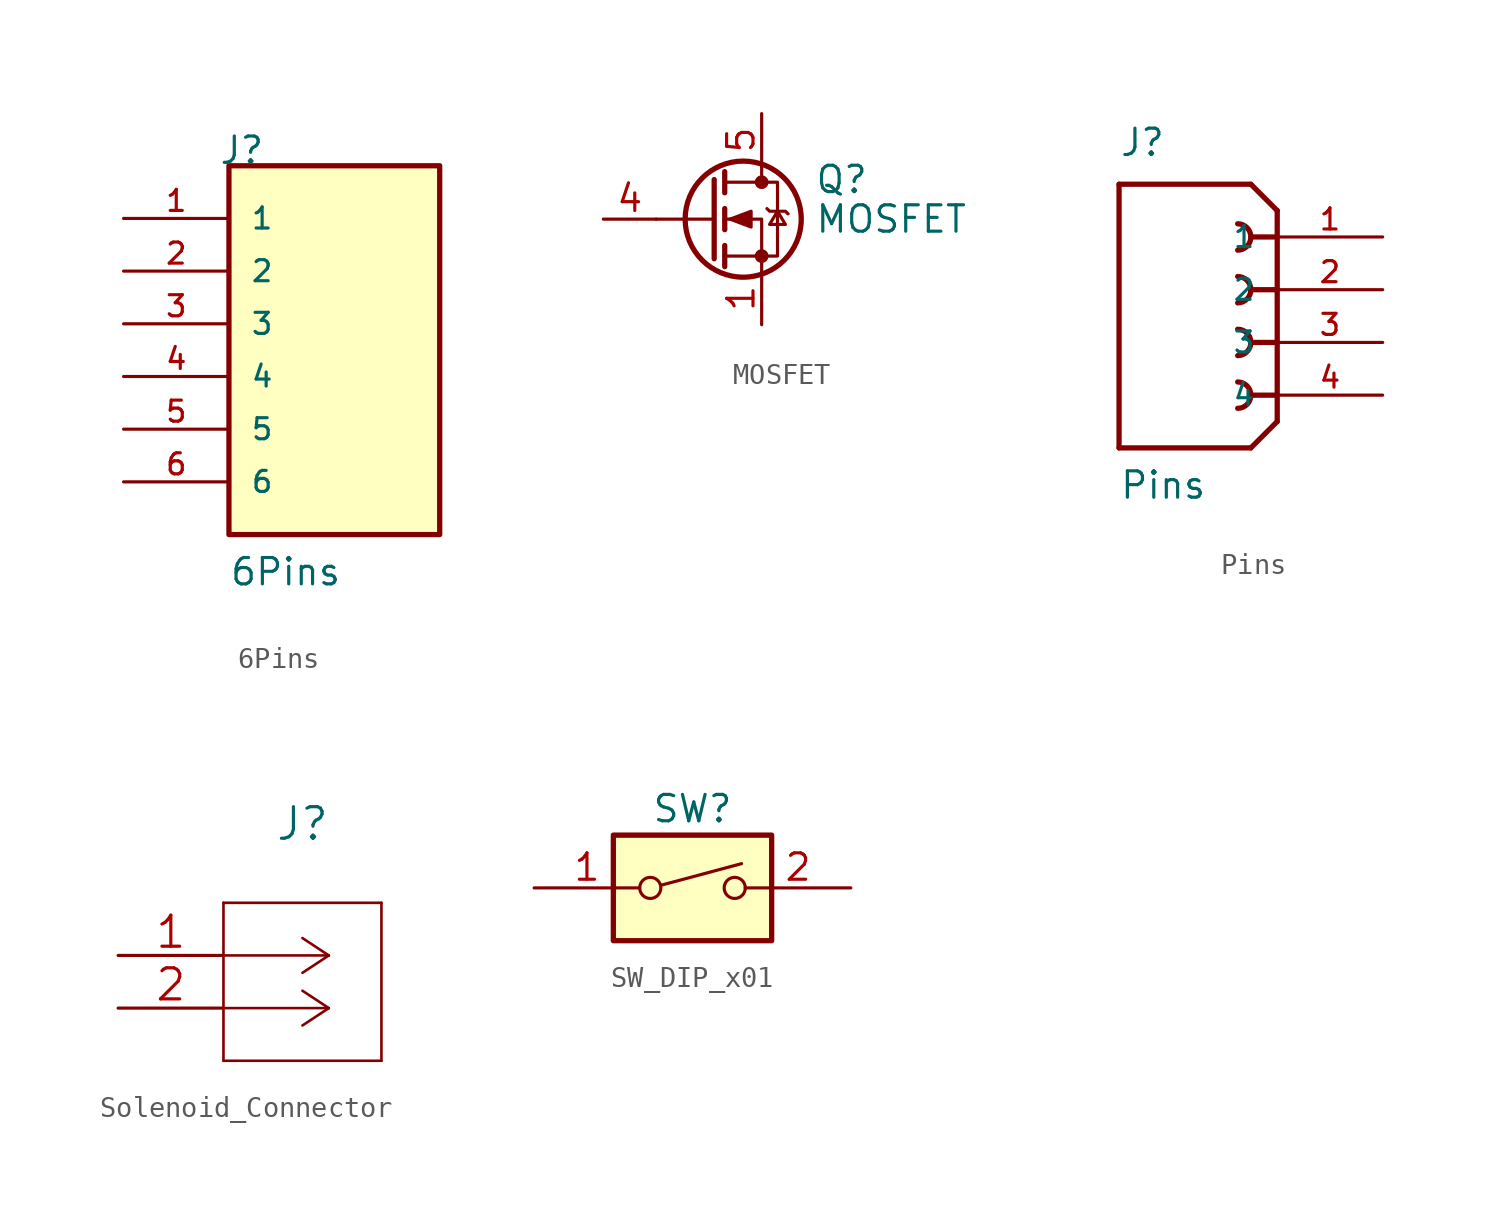
<source format=kicad_sym>
(kicad_symbol_lib
  (version 20211014)
  (generator kicad_symbol_editor)
  (symbol "6Pins"
    (pin_names
      (offset 1.016))
    (property "Reference" "J"
      (at -5.588 10.16 0)
      (effects (font (size 1.27 1.27)) (justify left bottom)))
    (property "Value" "6Pins"
      (at -5.08 -10.16 0)
      (effects (font (size 1.27 1.27)) (justify left bottom)))
    (property "ki_locked" ""
      (at 0 0 0)
      (effects (font (size 1.27 1.27))))
    (symbol "6Pins_0_0"
      (rectangle (start -5.08 -7.62) (end 5.08 10.16) (stroke (width 0.254) (type default) (color 0 0 0 0)) (fill (type background)))
      (pin passive line (at -10.16 7.62 0) (length 5.08) (name "1" (effects (font (size 1.016 1.016)))) (number "1" (effects (font (size 1.016 1.016)))))
      (pin passive line (at -10.16 5.08 0) (length 5.08) (name "2" (effects (font (size 1.016 1.016)))) (number "2" (effects (font (size 1.016 1.016)))))
      (pin passive line (at -10.16 2.54 0) (length 5.08) (name "3" (effects (font (size 1.016 1.016)))) (number "3" (effects (font (size 1.016 1.016)))))
      (pin passive line (at -10.16 0 0) (length 5.08) (name "4" (effects (font (size 1.016 1.016)))) (number "4" (effects (font (size 1.016 1.016)))))
      (pin passive line (at -10.16 -2.54 0) (length 5.08) (name "5" (effects (font (size 1.016 1.016)))) (number "5" (effects (font (size 1.016 1.016)))))
      (pin passive line (at -10.16 -5.08 0) (length 5.08) (name "6" (effects (font (size 1.016 1.016)))) (number "6" (effects (font (size 1.016 1.016)))))))
  (symbol "MOSFET"
    (pin_names hide)
    (property "Reference" "Q"
      (at 5.08 1.905 0)
      (effects (font (size 1.27 1.27)) (justify left)))
    (property "Value" "MOSFET"
      (at 5.08 0 0)
      (effects (font (size 1.27 1.27)) (justify left)))
    (symbol "MOSFET_0_1"
      (polyline (pts (xy 0.254 0) (xy -2.54 0)) (stroke (width 0) (type default) (color 0 0 0 0)) (fill (type none)))
      (polyline (pts (xy 0.254 1.905) (xy 0.254 -1.905)) (stroke (width 0.254) (type default) (color 0 0 0 0)) (fill (type none)))
      (polyline (pts (xy 0.762 -1.27) (xy 0.762 -2.286)) (stroke (width 0.254) (type default) (color 0 0 0 0)) (fill (type none)))
      (polyline (pts (xy 0.762 0.508) (xy 0.762 -0.508)) (stroke (width 0.254) (type default) (color 0 0 0 0)) (fill (type none)))
      (polyline (pts (xy 0.762 2.286) (xy 0.762 1.27)) (stroke (width 0.254) (type default) (color 0 0 0 0)) (fill (type none)))
      (polyline (pts (xy 2.54 2.54) (xy 2.54 1.778)) (stroke (width 0) (type default) (color 0 0 0 0)) (fill (type none)))
      (polyline (pts (xy 2.54 -2.54) (xy 2.54 0) (xy 0.762 0)) (stroke (width 0) (type default) (color 0 0 0 0)) (fill (type none)))
      (polyline (pts (xy 0.762 -1.778) (xy 3.302 -1.778) (xy 3.302 1.778) (xy 0.762 1.778)) (stroke (width 0) (type default) (color 0 0 0 0)) (fill (type none)))
      (polyline (pts (xy 1.016 0) (xy 2.032 0.381) (xy 2.032 -0.381) (xy 1.016 0)) (stroke (width 0) (type default) (color 0 0 0 0)) (fill (type outline)))
      (polyline (pts (xy 2.794 0.508) (xy 2.921 0.381) (xy 3.683 0.381) (xy 3.81 0.254)) (stroke (width 0) (type default) (color 0 0 0 0)) (fill (type none)))
      (polyline (pts (xy 3.302 0.381) (xy 2.921 -0.254) (xy 3.683 -0.254) (xy 3.302 0.381)) (stroke (width 0) (type default) (color 0 0 0 0)) (fill (type none)))
      (circle (center 1.651 0) (radius 2.794) (stroke (width 0.254) (type default) (color 0 0 0 0)) (fill (type none)))
      (circle (center 2.54 -1.778) (radius 0.254) (stroke (width 0) (type default) (color 0 0 0 0)) (fill (type outline)))
      (circle (center 2.54 1.778) (radius 0.254) (stroke (width 0) (type default) (color 0 0 0 0)) (fill (type outline))))
    (symbol "MOSFET_1_1"
      (pin passive line (at 2.54 -5.08 90) (length 2.54) (name "S" (effects (font (size 1.27 1.27)))) (number "1" (effects (font (size 1.27 1.27)))))
      (pin passive line (at 2.54 -5.08 90) (length 2.54) hide (name "S" (effects (font (size 1.27 1.27)))) (number "2" (effects (font (size 1.27 1.27)))))
      (pin passive line (at 2.54 -5.08 90) (length 2.54) hide (name "S" (effects (font (size 1.27 1.27)))) (number "3" (effects (font (size 1.27 1.27)))))
      (pin passive line (at -5.08 0 0) (length 2.54) (name "G" (effects (font (size 1.27 1.27)))) (number "4" (effects (font (size 1.27 1.27)))))
      (pin passive line (at 2.54 5.08 270) (length 2.54) (name "D" (effects (font (size 1.27 1.27)))) (number "5" (effects (font (size 1.27 1.27)))))))
  (symbol "Pins"
    (pin_names
      (offset 1.016))
    (property "Reference" "J"
      (at -7.62 6.35 0)
      (effects (font (size 1.27 1.27)) (justify left bottom)))
    (property "Value" "Pins"
      (at -7.62 -10.16 0)
      (effects (font (size 1.27 1.27)) (justify left bottom)))
    (property "ki_locked" ""
      (at 0 0 0)
      (effects (font (size 1.27 1.27))))
    (symbol "Pins_0_0"
      (arc (start -1.905 -5.715) (mid -1.27 -5.08) (end -1.905 -4.445) (stroke (width 0.254) (type default) (color 0 0 0 0)) (fill (type none)))
      (arc (start -1.905 -3.175) (mid -1.27 -2.54) (end -1.905 -1.905) (stroke (width 0.254) (type default) (color 0 0 0 0)) (fill (type none)))
      (arc (start -1.905 -0.635) (mid -1.27 0) (end -1.905 0.635) (stroke (width 0.254) (type default) (color 0 0 0 0)) (fill (type none)))
      (arc (start -1.905 1.905) (mid -1.27 2.54) (end -1.905 3.175) (stroke (width 0.254) (type default) (color 0 0 0 0)) (fill (type none)))
      (polyline (pts (xy -7.62 -7.62) (xy -7.62 5.08)) (stroke (width 0.254) (type default) (color 0 0 0 0)) (fill (type none)))
      (polyline (pts (xy -7.62 5.08) (xy -1.27 5.08)) (stroke (width 0.254) (type default) (color 0 0 0 0)) (fill (type none)))
      (polyline (pts (xy -1.27 -7.62) (xy -7.62 -7.62)) (stroke (width 0.254) (type default) (color 0 0 0 0)) (fill (type none)))
      (polyline (pts (xy 0 -6.35) (xy -1.27 -7.62)) (stroke (width 0.254) (type default) (color 0 0 0 0)) (fill (type none)))
      (polyline (pts (xy 0 -5.08) (xy -1.27 -5.08)) (stroke (width 0.254) (type default) (color 0 0 0 0)) (fill (type none)))
      (polyline (pts (xy 0 -2.54) (xy -1.27 -2.54)) (stroke (width 0.254) (type default) (color 0 0 0 0)) (fill (type none)))
      (polyline (pts (xy 0 0) (xy -1.27 0)) (stroke (width 0.254) (type default) (color 0 0 0 0)) (fill (type none)))
      (polyline (pts (xy 0 2.54) (xy -1.27 2.54)) (stroke (width 0.254) (type default) (color 0 0 0 0)) (fill (type none)))
      (polyline (pts (xy 0 2.54) (xy 0 -6.35)) (stroke (width 0.254) (type default) (color 0 0 0 0)) (fill (type none)))
      (polyline (pts (xy 0 3.81) (xy -1.27 5.08)) (stroke (width 0.254) (type default) (color 0 0 0 0)) (fill (type none)))
      (polyline (pts (xy 0 3.81) (xy 0 2.54)) (stroke (width 0.254) (type default) (color 0 0 0 0)) (fill (type none)))
      (pin passive line (at 5.08 2.54 180) (length 5.08) (name "1" (effects (font (size 1.016 1.016)))) (number "1" (effects (font (size 1.016 1.016)))))
      (pin passive line (at 5.08 0 180) (length 5.08) (name "2" (effects (font (size 1.016 1.016)))) (number "2" (effects (font (size 1.016 1.016)))))
      (pin passive line (at 5.08 -2.54 180) (length 5.08) (name "3" (effects (font (size 1.016 1.016)))) (number "3" (effects (font (size 1.016 1.016)))))
      (pin passive line (at 5.08 -5.08 180) (length 5.08) (name "4" (effects (font (size 1.016 1.016)))) (number "4" (effects (font (size 1.016 1.016)))))))
  (symbol "Solenoid_Connector"
    (pin_names
      (offset 0.254) hide)
    (property "Reference" "J"
      (at 8.89 6.35 0)
      (effects (font (size 1.524 1.524))))
    (property "Datasheet" ""
      (at 0 0 0)
      (effects (font (size 1.524 1.524))))
    (property "ki_locked" ""
      (at 0 0 0)
      (effects (font (size 1.27 1.27))))
    (symbol "Solenoid_Connector_1_1"
      (polyline (pts (xy 5.08 -5.08) (xy 12.7 -5.08)) (stroke (width 0.127) (type default) (color 0 0 0 0)) (fill (type none)))
      (polyline (pts (xy 5.08 2.54) (xy 5.08 -5.08)) (stroke (width 0.127) (type default) (color 0 0 0 0)) (fill (type none)))
      (polyline (pts (xy 10.16 -2.54) (xy 5.08 -2.54)) (stroke (width 0.127) (type default) (color 0 0 0 0)) (fill (type none)))
      (polyline (pts (xy 10.16 -2.54) (xy 8.89 -3.378)) (stroke (width 0.127) (type default) (color 0 0 0 0)) (fill (type none)))
      (polyline (pts (xy 10.16 -2.54) (xy 8.89 -1.702)) (stroke (width 0.127) (type default) (color 0 0 0 0)) (fill (type none)))
      (polyline (pts (xy 10.16 0) (xy 5.08 0)) (stroke (width 0.127) (type default) (color 0 0 0 0)) (fill (type none)))
      (polyline (pts (xy 10.16 0) (xy 8.89 -0.838)) (stroke (width 0.127) (type default) (color 0 0 0 0)) (fill (type none)))
      (polyline (pts (xy 10.16 0) (xy 8.89 0.838)) (stroke (width 0.127) (type default) (color 0 0 0 0)) (fill (type none)))
      (polyline (pts (xy 12.7 -5.08) (xy 12.7 2.54)) (stroke (width 0.127) (type default) (color 0 0 0 0)) (fill (type none)))
      (polyline (pts (xy 12.7 2.54) (xy 5.08 2.54)) (stroke (width 0.127) (type default) (color 0 0 0 0)) (fill (type none)))
      (pin unspecified line (at 0 0 0) (length 5.08) (name "1" (effects (font (size 1.499 1.499)))) (number "1" (effects (font (size 1.499 1.499)))))
      (pin unspecified line (at 0 -2.54 0) (length 5.08) (name "2" (effects (font (size 1.499 1.499)))) (number "2" (effects (font (size 1.499 1.499)))))))
  (symbol "SW_DIP_x01"
    (pin_names
      (offset 0) hide)
    (property "Reference" "SW"
      (at 0 3.81 0)
      (effects (font (size 1.27 1.27))))
    (symbol "SW_DIP_x01_0_0"
      (circle (center -2.032 0) (radius 0.508) (stroke (width 0) (type default) (color 0 0 0 0)) (fill (type none)))
      (polyline (pts (xy -1.524 0.127) (xy 2.362 1.168)) (stroke (width 0) (type default) (color 0 0 0 0)) (fill (type none)))
      (circle (center 2.032 0) (radius 0.508) (stroke (width 0) (type default) (color 0 0 0 0)) (fill (type none))))
    (symbol "SW_DIP_x01_0_1"
      (rectangle (start -3.81 2.54) (end 3.81 -2.54) (stroke (width 0.254) (type default) (color 0 0 0 0)) (fill (type background))))
    (symbol "SW_DIP_x01_1_1"
      (pin passive line (at -7.62 0 0) (length 5.08) (name "~" (effects (font (size 1.27 1.27)))) (number "1" (effects (font (size 1.27 1.27)))))
      (pin passive line (at 7.62 0 180) (length 5.08) (name "~" (effects (font (size 1.27 1.27)))) (number "2" (effects (font (size 1.27 1.27))))))))
</source>
